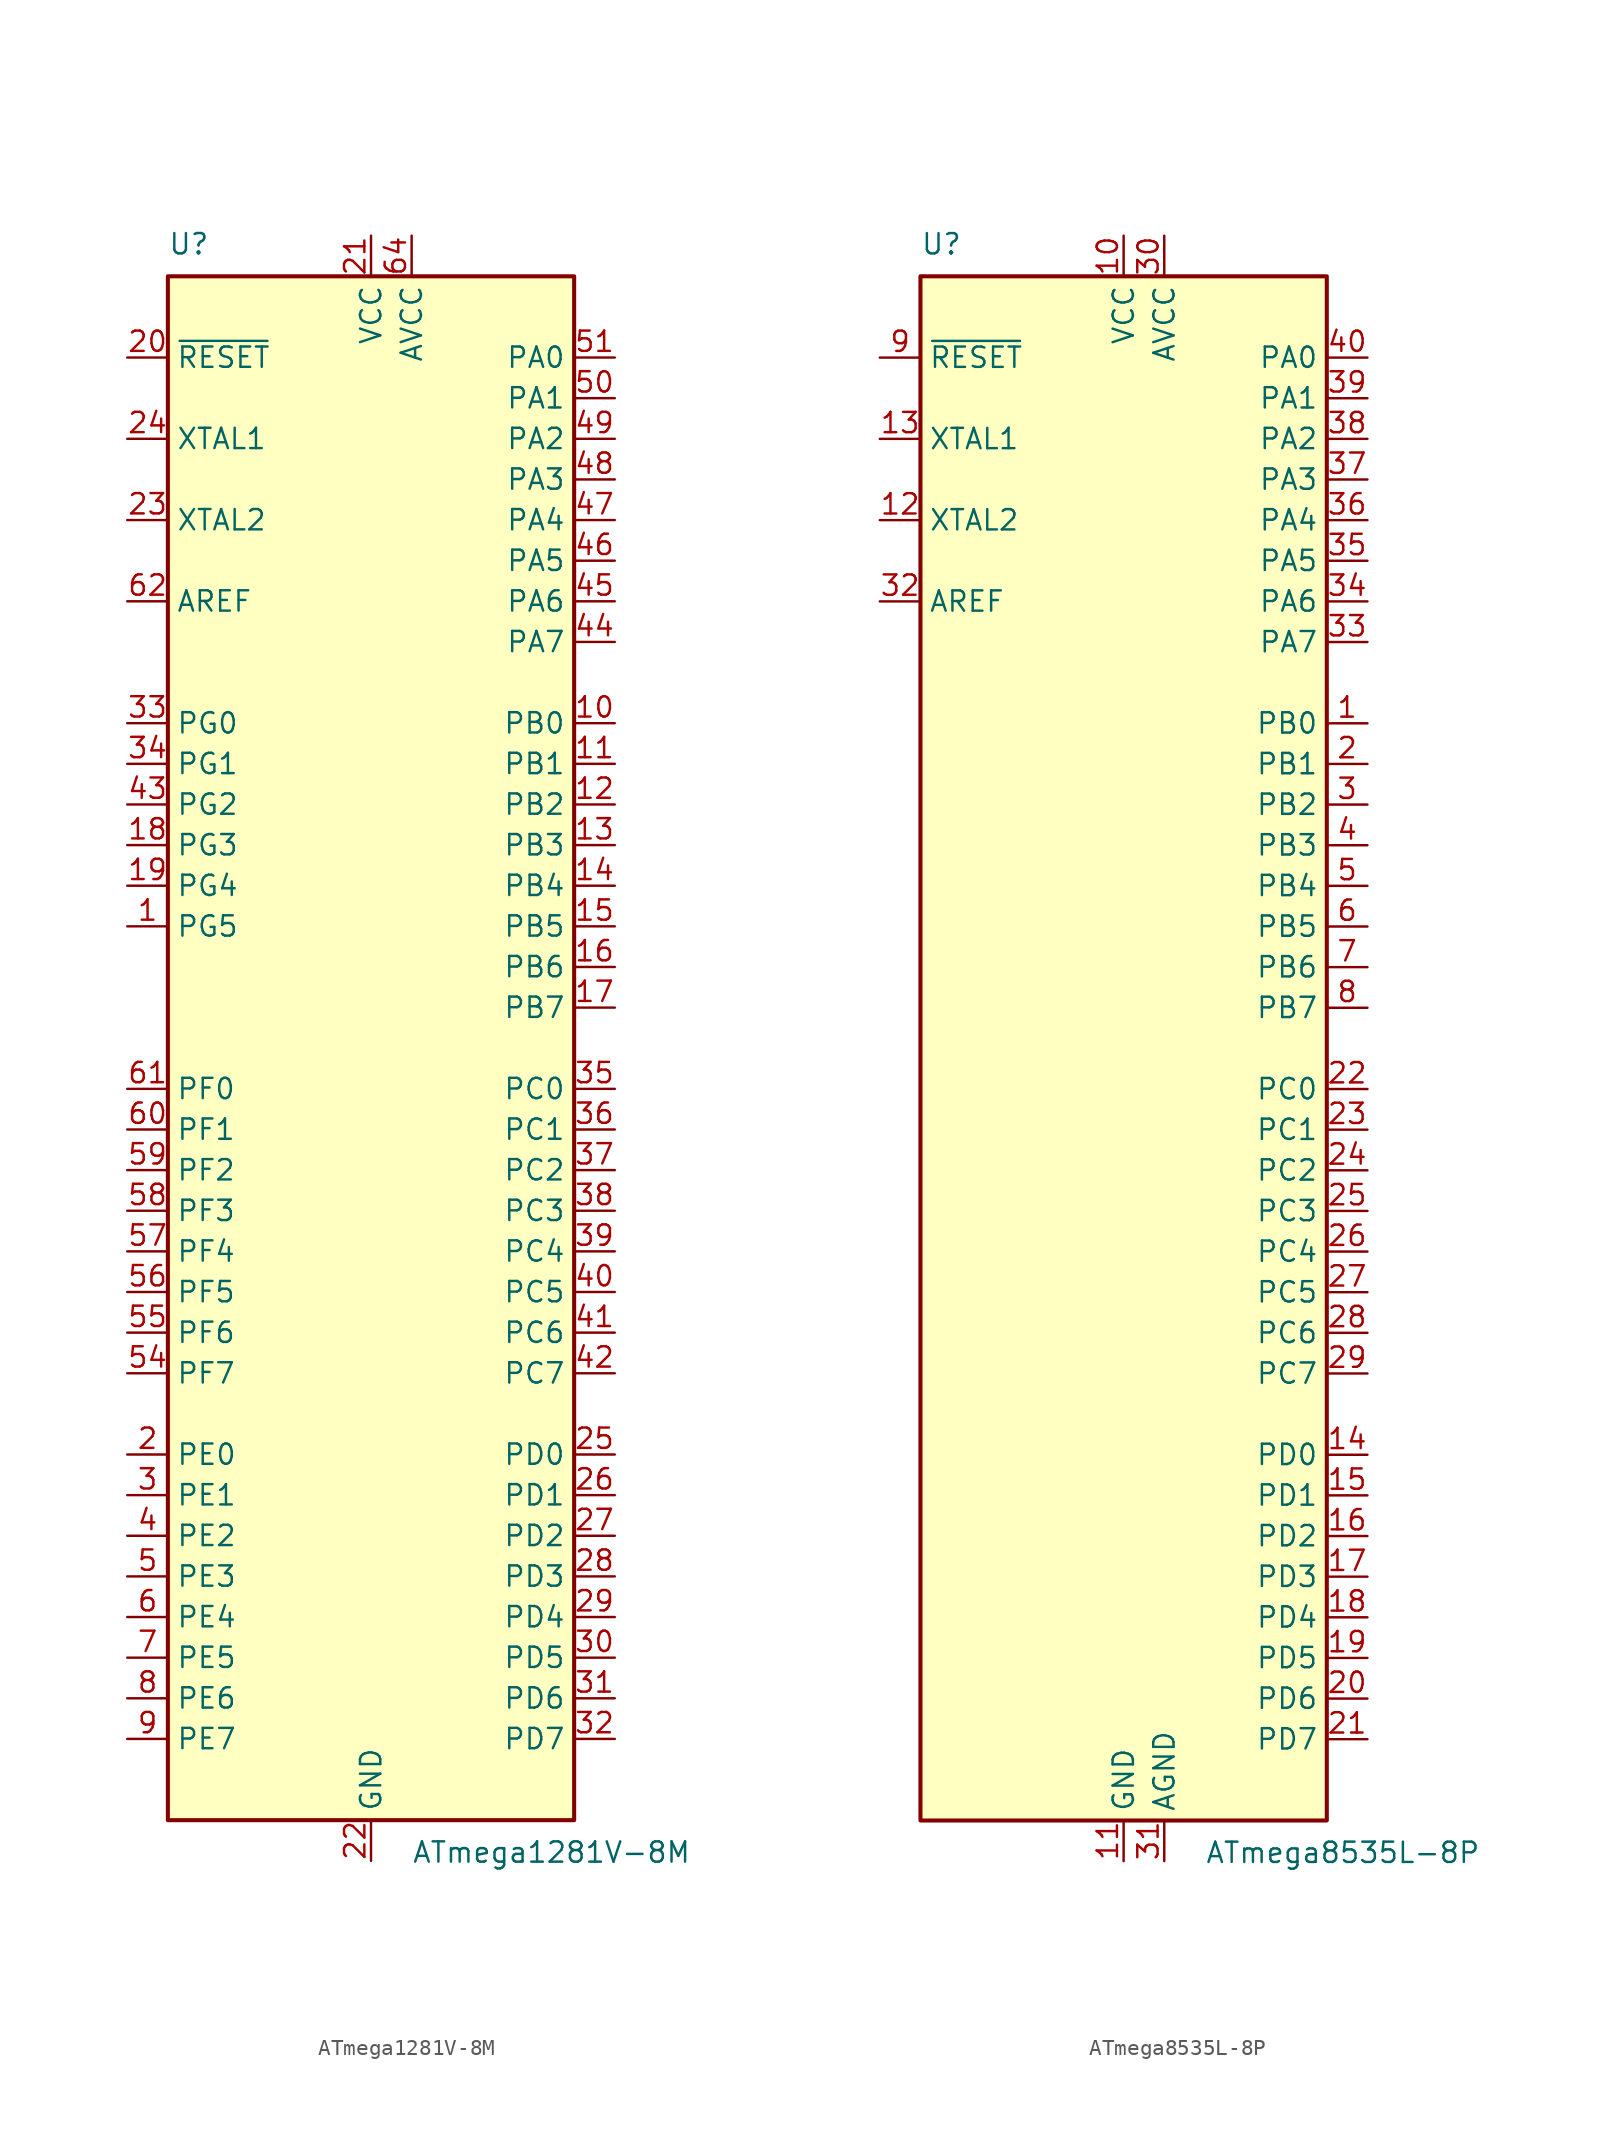
<source format=kicad_sym>
(kicad_symbol_lib
  (version 20211014)
  (generator kicad_symbol_editor)
  (symbol "ATmega1281V-8M"
    (property "Reference" "U"
      (at -12.7 49.53 0)
      (effects (font (size 1.27 1.27)) (justify left bottom)))
    (property "Value" "ATmega1281V-8M"
      (at 2.54 -49.53 0)
      (effects (font (size 1.27 1.27)) (justify left top)))
    (symbol "ATmega1281V-8M_0_1"
      (rectangle (start -12.7 -48.26) (end 12.7 48.26) (stroke (width 0.254) (type default) (color 0 0 0 0)) (fill (type background))))
    (symbol "ATmega1281V-8M_1_1"
      (pin bidirectional line (at -15.24 7.62 0) (length 2.54) (name "PG5" (effects (font (size 1.27 1.27)))) (number "1" (effects (font (size 1.27 1.27)))))
      (pin bidirectional line (at 15.24 20.32 180) (length 2.54) (name "PB0" (effects (font (size 1.27 1.27)))) (number "10" (effects (font (size 1.27 1.27)))))
      (pin bidirectional line (at 15.24 17.78 180) (length 2.54) (name "PB1" (effects (font (size 1.27 1.27)))) (number "11" (effects (font (size 1.27 1.27)))))
      (pin bidirectional line (at 15.24 15.24 180) (length 2.54) (name "PB2" (effects (font (size 1.27 1.27)))) (number "12" (effects (font (size 1.27 1.27)))))
      (pin bidirectional line (at 15.24 12.7 180) (length 2.54) (name "PB3" (effects (font (size 1.27 1.27)))) (number "13" (effects (font (size 1.27 1.27)))))
      (pin bidirectional line (at 15.24 10.16 180) (length 2.54) (name "PB4" (effects (font (size 1.27 1.27)))) (number "14" (effects (font (size 1.27 1.27)))))
      (pin bidirectional line (at 15.24 7.62 180) (length 2.54) (name "PB5" (effects (font (size 1.27 1.27)))) (number "15" (effects (font (size 1.27 1.27)))))
      (pin bidirectional line (at 15.24 5.08 180) (length 2.54) (name "PB6" (effects (font (size 1.27 1.27)))) (number "16" (effects (font (size 1.27 1.27)))))
      (pin bidirectional line (at 15.24 2.54 180) (length 2.54) (name "PB7" (effects (font (size 1.27 1.27)))) (number "17" (effects (font (size 1.27 1.27)))))
      (pin bidirectional line (at -15.24 12.7 0) (length 2.54) (name "PG3" (effects (font (size 1.27 1.27)))) (number "18" (effects (font (size 1.27 1.27)))))
      (pin bidirectional line (at -15.24 10.16 0) (length 2.54) (name "PG4" (effects (font (size 1.27 1.27)))) (number "19" (effects (font (size 1.27 1.27)))))
      (pin bidirectional line (at -15.24 -25.4 0) (length 2.54) (name "PE0" (effects (font (size 1.27 1.27)))) (number "2" (effects (font (size 1.27 1.27)))))
      (pin input line (at -15.24 43.18 0) (length 2.54) (name "~{RESET}" (effects (font (size 1.27 1.27)))) (number "20" (effects (font (size 1.27 1.27)))))
      (pin power_in line (at 0 50.8 270) (length 2.54) (name "VCC" (effects (font (size 1.27 1.27)))) (number "21" (effects (font (size 1.27 1.27)))))
      (pin power_in line (at 0 -50.8 90) (length 2.54) (name "GND" (effects (font (size 1.27 1.27)))) (number "22" (effects (font (size 1.27 1.27)))))
      (pin output line (at -15.24 33.02 0) (length 2.54) (name "XTAL2" (effects (font (size 1.27 1.27)))) (number "23" (effects (font (size 1.27 1.27)))))
      (pin input line (at -15.24 38.1 0) (length 2.54) (name "XTAL1" (effects (font (size 1.27 1.27)))) (number "24" (effects (font (size 1.27 1.27)))))
      (pin bidirectional line (at 15.24 -25.4 180) (length 2.54) (name "PD0" (effects (font (size 1.27 1.27)))) (number "25" (effects (font (size 1.27 1.27)))))
      (pin bidirectional line (at 15.24 -27.94 180) (length 2.54) (name "PD1" (effects (font (size 1.27 1.27)))) (number "26" (effects (font (size 1.27 1.27)))))
      (pin bidirectional line (at 15.24 -30.48 180) (length 2.54) (name "PD2" (effects (font (size 1.27 1.27)))) (number "27" (effects (font (size 1.27 1.27)))))
      (pin bidirectional line (at 15.24 -33.02 180) (length 2.54) (name "PD3" (effects (font (size 1.27 1.27)))) (number "28" (effects (font (size 1.27 1.27)))))
      (pin bidirectional line (at 15.24 -35.56 180) (length 2.54) (name "PD4" (effects (font (size 1.27 1.27)))) (number "29" (effects (font (size 1.27 1.27)))))
      (pin bidirectional line (at -15.24 -27.94 0) (length 2.54) (name "PE1" (effects (font (size 1.27 1.27)))) (number "3" (effects (font (size 1.27 1.27)))))
      (pin bidirectional line (at 15.24 -38.1 180) (length 2.54) (name "PD5" (effects (font (size 1.27 1.27)))) (number "30" (effects (font (size 1.27 1.27)))))
      (pin bidirectional line (at 15.24 -40.64 180) (length 2.54) (name "PD6" (effects (font (size 1.27 1.27)))) (number "31" (effects (font (size 1.27 1.27)))))
      (pin bidirectional line (at 15.24 -43.18 180) (length 2.54) (name "PD7" (effects (font (size 1.27 1.27)))) (number "32" (effects (font (size 1.27 1.27)))))
      (pin bidirectional line (at -15.24 20.32 0) (length 2.54) (name "PG0" (effects (font (size 1.27 1.27)))) (number "33" (effects (font (size 1.27 1.27)))))
      (pin bidirectional line (at -15.24 17.78 0) (length 2.54) (name "PG1" (effects (font (size 1.27 1.27)))) (number "34" (effects (font (size 1.27 1.27)))))
      (pin bidirectional line (at 15.24 -2.54 180) (length 2.54) (name "PC0" (effects (font (size 1.27 1.27)))) (number "35" (effects (font (size 1.27 1.27)))))
      (pin bidirectional line (at 15.24 -5.08 180) (length 2.54) (name "PC1" (effects (font (size 1.27 1.27)))) (number "36" (effects (font (size 1.27 1.27)))))
      (pin bidirectional line (at 15.24 -7.62 180) (length 2.54) (name "PC2" (effects (font (size 1.27 1.27)))) (number "37" (effects (font (size 1.27 1.27)))))
      (pin bidirectional line (at 15.24 -10.16 180) (length 2.54) (name "PC3" (effects (font (size 1.27 1.27)))) (number "38" (effects (font (size 1.27 1.27)))))
      (pin bidirectional line (at 15.24 -12.7 180) (length 2.54) (name "PC4" (effects (font (size 1.27 1.27)))) (number "39" (effects (font (size 1.27 1.27)))))
      (pin bidirectional line (at -15.24 -30.48 0) (length 2.54) (name "PE2" (effects (font (size 1.27 1.27)))) (number "4" (effects (font (size 1.27 1.27)))))
      (pin bidirectional line (at 15.24 -15.24 180) (length 2.54) (name "PC5" (effects (font (size 1.27 1.27)))) (number "40" (effects (font (size 1.27 1.27)))))
      (pin bidirectional line (at 15.24 -17.78 180) (length 2.54) (name "PC6" (effects (font (size 1.27 1.27)))) (number "41" (effects (font (size 1.27 1.27)))))
      (pin bidirectional line (at 15.24 -20.32 180) (length 2.54) (name "PC7" (effects (font (size 1.27 1.27)))) (number "42" (effects (font (size 1.27 1.27)))))
      (pin bidirectional line (at -15.24 15.24 0) (length 2.54) (name "PG2" (effects (font (size 1.27 1.27)))) (number "43" (effects (font (size 1.27 1.27)))))
      (pin bidirectional line (at 15.24 25.4 180) (length 2.54) (name "PA7" (effects (font (size 1.27 1.27)))) (number "44" (effects (font (size 1.27 1.27)))))
      (pin bidirectional line (at 15.24 27.94 180) (length 2.54) (name "PA6" (effects (font (size 1.27 1.27)))) (number "45" (effects (font (size 1.27 1.27)))))
      (pin bidirectional line (at 15.24 30.48 180) (length 2.54) (name "PA5" (effects (font (size 1.27 1.27)))) (number "46" (effects (font (size 1.27 1.27)))))
      (pin bidirectional line (at 15.24 33.02 180) (length 2.54) (name "PA4" (effects (font (size 1.27 1.27)))) (number "47" (effects (font (size 1.27 1.27)))))
      (pin bidirectional line (at 15.24 35.56 180) (length 2.54) (name "PA3" (effects (font (size 1.27 1.27)))) (number "48" (effects (font (size 1.27 1.27)))))
      (pin bidirectional line (at 15.24 38.1 180) (length 2.54) (name "PA2" (effects (font (size 1.27 1.27)))) (number "49" (effects (font (size 1.27 1.27)))))
      (pin bidirectional line (at -15.24 -33.02 0) (length 2.54) (name "PE3" (effects (font (size 1.27 1.27)))) (number "5" (effects (font (size 1.27 1.27)))))
      (pin bidirectional line (at 15.24 40.64 180) (length 2.54) (name "PA1" (effects (font (size 1.27 1.27)))) (number "50" (effects (font (size 1.27 1.27)))))
      (pin bidirectional line (at 15.24 43.18 180) (length 2.54) (name "PA0" (effects (font (size 1.27 1.27)))) (number "51" (effects (font (size 1.27 1.27)))))
      (pin passive line (at 0 50.8 270) (length 2.54) hide (name "VCC" (effects (font (size 1.27 1.27)))) (number "52" (effects (font (size 1.27 1.27)))))
      (pin passive line (at 0 -50.8 90) (length 2.54) hide (name "GND" (effects (font (size 1.27 1.27)))) (number "53" (effects (font (size 1.27 1.27)))))
      (pin bidirectional line (at -15.24 -20.32 0) (length 2.54) (name "PF7" (effects (font (size 1.27 1.27)))) (number "54" (effects (font (size 1.27 1.27)))))
      (pin bidirectional line (at -15.24 -17.78 0) (length 2.54) (name "PF6" (effects (font (size 1.27 1.27)))) (number "55" (effects (font (size 1.27 1.27)))))
      (pin bidirectional line (at -15.24 -15.24 0) (length 2.54) (name "PF5" (effects (font (size 1.27 1.27)))) (number "56" (effects (font (size 1.27 1.27)))))
      (pin bidirectional line (at -15.24 -12.7 0) (length 2.54) (name "PF4" (effects (font (size 1.27 1.27)))) (number "57" (effects (font (size 1.27 1.27)))))
      (pin bidirectional line (at -15.24 -10.16 0) (length 2.54) (name "PF3" (effects (font (size 1.27 1.27)))) (number "58" (effects (font (size 1.27 1.27)))))
      (pin bidirectional line (at -15.24 -7.62 0) (length 2.54) (name "PF2" (effects (font (size 1.27 1.27)))) (number "59" (effects (font (size 1.27 1.27)))))
      (pin bidirectional line (at -15.24 -35.56 0) (length 2.54) (name "PE4" (effects (font (size 1.27 1.27)))) (number "6" (effects (font (size 1.27 1.27)))))
      (pin bidirectional line (at -15.24 -5.08 0) (length 2.54) (name "PF1" (effects (font (size 1.27 1.27)))) (number "60" (effects (font (size 1.27 1.27)))))
      (pin bidirectional line (at -15.24 -2.54 0) (length 2.54) (name "PF0" (effects (font (size 1.27 1.27)))) (number "61" (effects (font (size 1.27 1.27)))))
      (pin passive line (at -15.24 27.94 0) (length 2.54) (name "AREF" (effects (font (size 1.27 1.27)))) (number "62" (effects (font (size 1.27 1.27)))))
      (pin passive line (at 0 -50.8 90) (length 2.54) hide (name "GND" (effects (font (size 1.27 1.27)))) (number "63" (effects (font (size 1.27 1.27)))))
      (pin power_in line (at 2.54 50.8 270) (length 2.54) (name "AVCC" (effects (font (size 1.27 1.27)))) (number "64" (effects (font (size 1.27 1.27)))))
      (pin passive line (at 0 -50.8 90) (length 2.54) hide (name "GND" (effects (font (size 1.27 1.27)))) (number "65" (effects (font (size 1.27 1.27)))))
      (pin bidirectional line (at -15.24 -38.1 0) (length 2.54) (name "PE5" (effects (font (size 1.27 1.27)))) (number "7" (effects (font (size 1.27 1.27)))))
      (pin bidirectional line (at -15.24 -40.64 0) (length 2.54) (name "PE6" (effects (font (size 1.27 1.27)))) (number "8" (effects (font (size 1.27 1.27)))))
      (pin bidirectional line (at -15.24 -43.18 0) (length 2.54) (name "PE7" (effects (font (size 1.27 1.27)))) (number "9" (effects (font (size 1.27 1.27)))))))
  (symbol "ATmega8535L-8P"
    (property "Reference" "U"
      (at -12.7 49.53 0)
      (effects (font (size 1.27 1.27)) (justify left bottom)))
    (property "Value" "ATmega8535L-8P"
      (at 5.08 -49.53 0)
      (effects (font (size 1.27 1.27)) (justify left top)))
    (symbol "ATmega8535L-8P_0_1"
      (rectangle (start -12.7 -48.26) (end 12.7 48.26) (stroke (width 0.254) (type default) (color 0 0 0 0)) (fill (type background))))
    (symbol "ATmega8535L-8P_1_1"
      (pin bidirectional line (at 15.24 20.32 180) (length 2.54) (name "PB0" (effects (font (size 1.27 1.27)))) (number "1" (effects (font (size 1.27 1.27)))))
      (pin power_in line (at 0 50.8 270) (length 2.54) (name "VCC" (effects (font (size 1.27 1.27)))) (number "10" (effects (font (size 1.27 1.27)))))
      (pin power_in line (at 0 -50.8 90) (length 2.54) (name "GND" (effects (font (size 1.27 1.27)))) (number "11" (effects (font (size 1.27 1.27)))))
      (pin output line (at -15.24 33.02 0) (length 2.54) (name "XTAL2" (effects (font (size 1.27 1.27)))) (number "12" (effects (font (size 1.27 1.27)))))
      (pin input line (at -15.24 38.1 0) (length 2.54) (name "XTAL1" (effects (font (size 1.27 1.27)))) (number "13" (effects (font (size 1.27 1.27)))))
      (pin bidirectional line (at 15.24 -25.4 180) (length 2.54) (name "PD0" (effects (font (size 1.27 1.27)))) (number "14" (effects (font (size 1.27 1.27)))))
      (pin bidirectional line (at 15.24 -27.94 180) (length 2.54) (name "PD1" (effects (font (size 1.27 1.27)))) (number "15" (effects (font (size 1.27 1.27)))))
      (pin bidirectional line (at 15.24 -30.48 180) (length 2.54) (name "PD2" (effects (font (size 1.27 1.27)))) (number "16" (effects (font (size 1.27 1.27)))))
      (pin bidirectional line (at 15.24 -33.02 180) (length 2.54) (name "PD3" (effects (font (size 1.27 1.27)))) (number "17" (effects (font (size 1.27 1.27)))))
      (pin bidirectional line (at 15.24 -35.56 180) (length 2.54) (name "PD4" (effects (font (size 1.27 1.27)))) (number "18" (effects (font (size 1.27 1.27)))))
      (pin bidirectional line (at 15.24 -38.1 180) (length 2.54) (name "PD5" (effects (font (size 1.27 1.27)))) (number "19" (effects (font (size 1.27 1.27)))))
      (pin bidirectional line (at 15.24 17.78 180) (length 2.54) (name "PB1" (effects (font (size 1.27 1.27)))) (number "2" (effects (font (size 1.27 1.27)))))
      (pin bidirectional line (at 15.24 -40.64 180) (length 2.54) (name "PD6" (effects (font (size 1.27 1.27)))) (number "20" (effects (font (size 1.27 1.27)))))
      (pin bidirectional line (at 15.24 -43.18 180) (length 2.54) (name "PD7" (effects (font (size 1.27 1.27)))) (number "21" (effects (font (size 1.27 1.27)))))
      (pin bidirectional line (at 15.24 -2.54 180) (length 2.54) (name "PC0" (effects (font (size 1.27 1.27)))) (number "22" (effects (font (size 1.27 1.27)))))
      (pin bidirectional line (at 15.24 -5.08 180) (length 2.54) (name "PC1" (effects (font (size 1.27 1.27)))) (number "23" (effects (font (size 1.27 1.27)))))
      (pin bidirectional line (at 15.24 -7.62 180) (length 2.54) (name "PC2" (effects (font (size 1.27 1.27)))) (number "24" (effects (font (size 1.27 1.27)))))
      (pin bidirectional line (at 15.24 -10.16 180) (length 2.54) (name "PC3" (effects (font (size 1.27 1.27)))) (number "25" (effects (font (size 1.27 1.27)))))
      (pin bidirectional line (at 15.24 -12.7 180) (length 2.54) (name "PC4" (effects (font (size 1.27 1.27)))) (number "26" (effects (font (size 1.27 1.27)))))
      (pin bidirectional line (at 15.24 -15.24 180) (length 2.54) (name "PC5" (effects (font (size 1.27 1.27)))) (number "27" (effects (font (size 1.27 1.27)))))
      (pin bidirectional line (at 15.24 -17.78 180) (length 2.54) (name "PC6" (effects (font (size 1.27 1.27)))) (number "28" (effects (font (size 1.27 1.27)))))
      (pin bidirectional line (at 15.24 -20.32 180) (length 2.54) (name "PC7" (effects (font (size 1.27 1.27)))) (number "29" (effects (font (size 1.27 1.27)))))
      (pin bidirectional line (at 15.24 15.24 180) (length 2.54) (name "PB2" (effects (font (size 1.27 1.27)))) (number "3" (effects (font (size 1.27 1.27)))))
      (pin power_in line (at 2.54 50.8 270) (length 2.54) (name "AVCC" (effects (font (size 1.27 1.27)))) (number "30" (effects (font (size 1.27 1.27)))))
      (pin power_in line (at 2.54 -50.8 90) (length 2.54) (name "AGND" (effects (font (size 1.27 1.27)))) (number "31" (effects (font (size 1.27 1.27)))))
      (pin passive line (at -15.24 27.94 0) (length 2.54) (name "AREF" (effects (font (size 1.27 1.27)))) (number "32" (effects (font (size 1.27 1.27)))))
      (pin bidirectional line (at 15.24 25.4 180) (length 2.54) (name "PA7" (effects (font (size 1.27 1.27)))) (number "33" (effects (font (size 1.27 1.27)))))
      (pin bidirectional line (at 15.24 27.94 180) (length 2.54) (name "PA6" (effects (font (size 1.27 1.27)))) (number "34" (effects (font (size 1.27 1.27)))))
      (pin bidirectional line (at 15.24 30.48 180) (length 2.54) (name "PA5" (effects (font (size 1.27 1.27)))) (number "35" (effects (font (size 1.27 1.27)))))
      (pin bidirectional line (at 15.24 33.02 180) (length 2.54) (name "PA4" (effects (font (size 1.27 1.27)))) (number "36" (effects (font (size 1.27 1.27)))))
      (pin bidirectional line (at 15.24 35.56 180) (length 2.54) (name "PA3" (effects (font (size 1.27 1.27)))) (number "37" (effects (font (size 1.27 1.27)))))
      (pin bidirectional line (at 15.24 38.1 180) (length 2.54) (name "PA2" (effects (font (size 1.27 1.27)))) (number "38" (effects (font (size 1.27 1.27)))))
      (pin bidirectional line (at 15.24 40.64 180) (length 2.54) (name "PA1" (effects (font (size 1.27 1.27)))) (number "39" (effects (font (size 1.27 1.27)))))
      (pin bidirectional line (at 15.24 12.7 180) (length 2.54) (name "PB3" (effects (font (size 1.27 1.27)))) (number "4" (effects (font (size 1.27 1.27)))))
      (pin bidirectional line (at 15.24 43.18 180) (length 2.54) (name "PA0" (effects (font (size 1.27 1.27)))) (number "40" (effects (font (size 1.27 1.27)))))
      (pin bidirectional line (at 15.24 10.16 180) (length 2.54) (name "PB4" (effects (font (size 1.27 1.27)))) (number "5" (effects (font (size 1.27 1.27)))))
      (pin bidirectional line (at 15.24 7.62 180) (length 2.54) (name "PB5" (effects (font (size 1.27 1.27)))) (number "6" (effects (font (size 1.27 1.27)))))
      (pin bidirectional line (at 15.24 5.08 180) (length 2.54) (name "PB6" (effects (font (size 1.27 1.27)))) (number "7" (effects (font (size 1.27 1.27)))))
      (pin bidirectional line (at 15.24 2.54 180) (length 2.54) (name "PB7" (effects (font (size 1.27 1.27)))) (number "8" (effects (font (size 1.27 1.27)))))
      (pin input line (at -15.24 43.18 0) (length 2.54) (name "~{RESET}" (effects (font (size 1.27 1.27)))) (number "9" (effects (font (size 1.27 1.27))))))))
</source>
